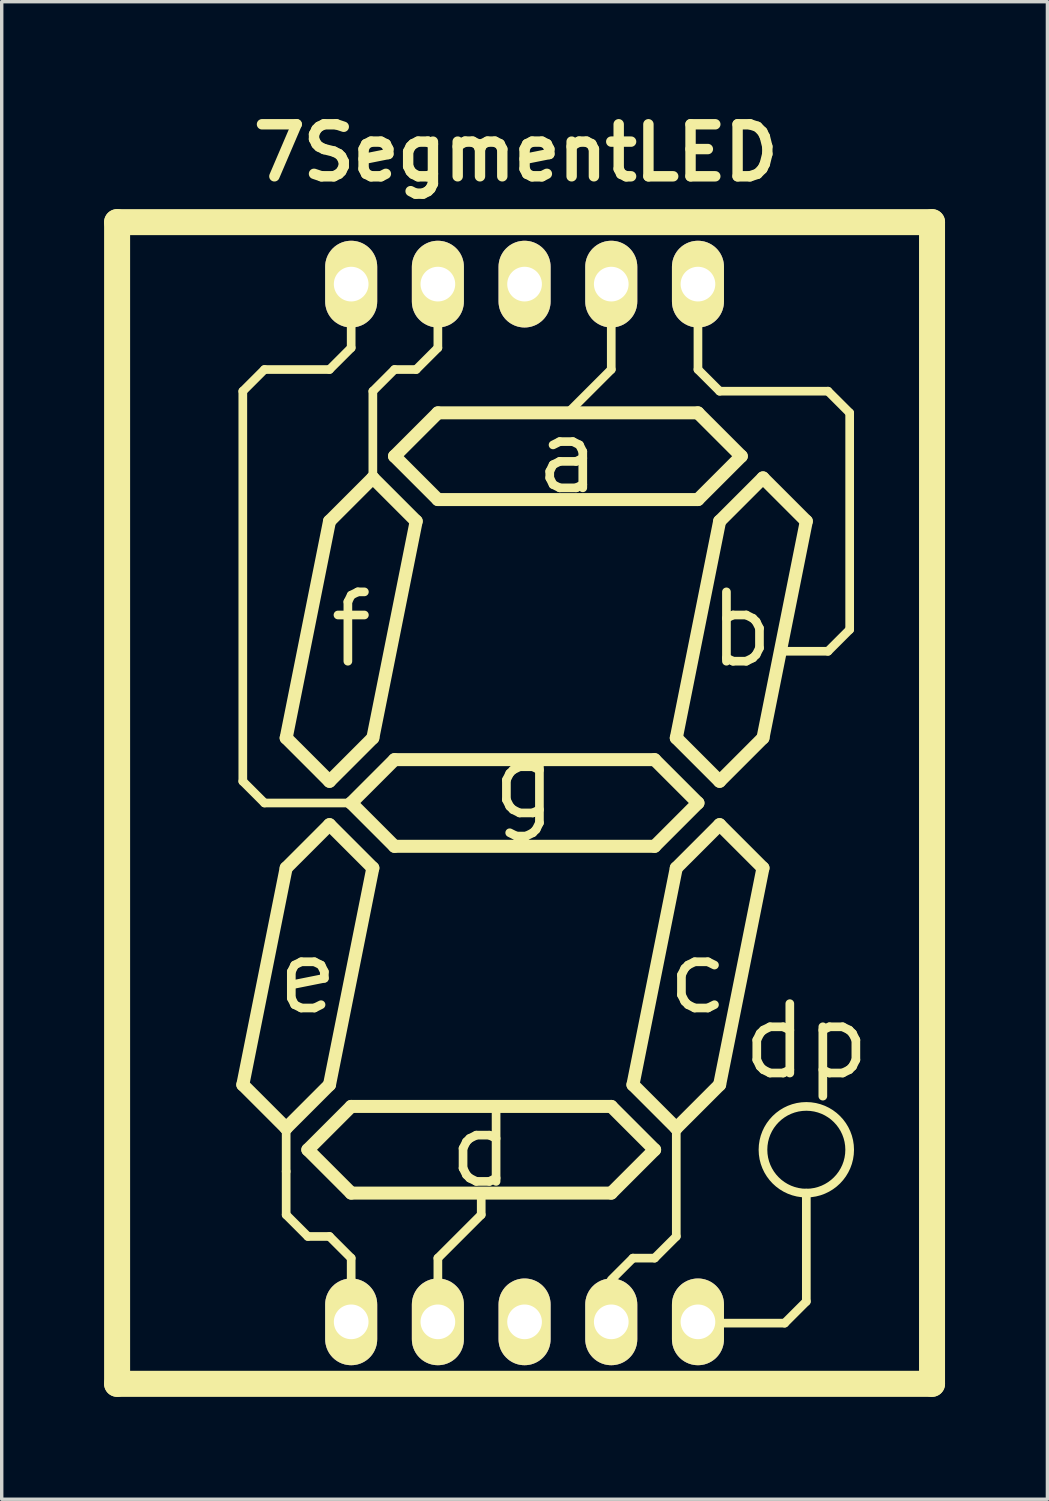
<source format=kicad_pcb>
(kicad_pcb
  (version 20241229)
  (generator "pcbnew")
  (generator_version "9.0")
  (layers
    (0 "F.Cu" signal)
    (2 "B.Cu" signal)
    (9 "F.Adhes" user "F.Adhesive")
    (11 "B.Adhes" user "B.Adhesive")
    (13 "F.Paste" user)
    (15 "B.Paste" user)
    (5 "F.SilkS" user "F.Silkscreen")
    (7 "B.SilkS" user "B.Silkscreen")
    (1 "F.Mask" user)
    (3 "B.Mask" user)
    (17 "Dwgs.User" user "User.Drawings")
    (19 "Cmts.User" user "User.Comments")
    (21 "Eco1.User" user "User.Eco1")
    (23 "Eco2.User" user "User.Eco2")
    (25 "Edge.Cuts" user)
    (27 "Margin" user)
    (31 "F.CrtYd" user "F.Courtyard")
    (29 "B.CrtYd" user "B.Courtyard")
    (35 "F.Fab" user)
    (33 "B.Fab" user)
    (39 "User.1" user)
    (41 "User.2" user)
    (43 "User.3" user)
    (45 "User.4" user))
  (footprint "7SegmentLED"
    (layer "F.Cu")
    (at 12.319 20.476)
    (property "Reference" "7SegmentLED" (at -0.254 -19.05 0) (layer "F.SilkS") (effects (font (size 1.524 1.524) (thickness 0.305))))
    (attr through_hole)
    (fp_line (start -11.938 -17.018) (end 11.938 -17.018) (stroke (width 0.762) (type solid)) (layer "F.SilkS"))
    (fp_line (start -11.938 17.018) (end -11.938 -17.018) (stroke (width 0.762) (type solid)) (layer "F.SilkS"))
    (fp_line (start -8.255 -12.065) (end -8.255 -0.635) (stroke (width 0.254) (type solid)) (layer "F.SilkS"))
    (fp_line (start -8.255 -0.635) (end -7.62 0) (stroke (width 0.254) (type solid)) (layer "F.SilkS"))
    (fp_line (start -8.255 8.255) (end -6.985 1.905) (stroke (width 0.381) (type solid)) (layer "F.SilkS"))
    (fp_line (start -7.62 -12.7) (end -8.255 -12.065) (stroke (width 0.254) (type solid)) (layer "F.SilkS"))
    (fp_line (start -7.62 0) (end -5.08 0) (stroke (width 0.254) (type solid)) (layer "F.SilkS"))
    (fp_line (start -6.985 -1.905) (end -5.715 -0.635) (stroke (width 0.381) (type solid)) (layer "F.SilkS"))
    (fp_line (start -6.985 1.905) (end -5.715 0.635) (stroke (width 0.381) (type solid)) (layer "F.SilkS"))
    (fp_line (start -6.985 9.525) (end -8.255 8.255) (stroke (width 0.381) (type solid)) (layer "F.SilkS"))
    (fp_line (start -6.985 9.525) (end -6.985 10.795) (stroke (width 0.254) (type solid)) (layer "F.SilkS"))
    (fp_line (start -6.985 10.795) (end -6.985 12.065) (stroke (width 0.254) (type solid)) (layer "F.SilkS"))
    (fp_line (start -6.985 12.065) (end -6.35 12.7) (stroke (width 0.254) (type solid)) (layer "F.SilkS"))
    (fp_line (start -6.35 10.16) (end -5.08 8.89) (stroke (width 0.381) (type solid)) (layer "F.SilkS"))
    (fp_line (start -6.35 12.7) (end -5.715 12.7) (stroke (width 0.254) (type solid)) (layer "F.SilkS"))
    (fp_line (start -5.715 -12.7) (end -7.62 -12.7) (stroke (width 0.254) (type solid)) (layer "F.SilkS"))
    (fp_line (start -5.715 -8.255) (end -6.985 -1.905) (stroke (width 0.381) (type solid)) (layer "F.SilkS"))
    (fp_line (start -5.715 -0.635) (end -4.445 -1.905) (stroke (width 0.381) (type solid)) (layer "F.SilkS"))
    (fp_line (start -5.715 0.635) (end -4.445 1.905) (stroke (width 0.381) (type solid)) (layer "F.SilkS"))
    (fp_line (start -5.715 8.255) (end -6.985 9.525) (stroke (width 0.381) (type solid)) (layer "F.SilkS"))
    (fp_line (start -5.715 12.7) (end -5.08 13.335) (stroke (width 0.254) (type solid)) (layer "F.SilkS"))
    (fp_line (start -5.08 -13.97) (end -5.08 -13.335) (stroke (width 0.254) (type solid)) (layer "F.SilkS"))
    (fp_line (start -5.08 -13.335) (end -5.715 -12.7) (stroke (width 0.254) (type solid)) (layer "F.SilkS"))
    (fp_line (start -5.08 0) (end -3.81 -1.27) (stroke (width 0.381) (type solid)) (layer "F.SilkS"))
    (fp_line (start -5.08 8.89) (end 2.54 8.89) (stroke (width 0.381) (type solid)) (layer "F.SilkS"))
    (fp_line (start -5.08 11.43) (end -6.35 10.16) (stroke (width 0.381) (type solid)) (layer "F.SilkS"))
    (fp_line (start -5.08 13.335) (end -5.08 13.97) (stroke (width 0.254) (type solid)) (layer "F.SilkS"))
    (fp_line (start -4.445 -12.065) (end -3.81 -12.7) (stroke (width 0.254) (type solid)) (layer "F.SilkS"))
    (fp_line (start -4.445 -9.525) (end -5.715 -8.255) (stroke (width 0.381) (type solid)) (layer "F.SilkS"))
    (fp_line (start -4.445 -9.525) (end -4.445 -12.065) (stroke (width 0.254) (type solid)) (layer "F.SilkS"))
    (fp_line (start -4.445 -1.905) (end -3.175 -8.255) (stroke (width 0.381) (type solid)) (layer "F.SilkS"))
    (fp_line (start -4.445 1.905) (end -5.715 8.255) (stroke (width 0.381) (type solid)) (layer "F.SilkS"))
    (fp_line (start -3.81 -12.7) (end -3.175 -12.7) (stroke (width 0.254) (type solid)) (layer "F.SilkS"))
    (fp_line (start -3.81 -10.16) (end -2.54 -11.43) (stroke (width 0.381) (type solid)) (layer "F.SilkS"))
    (fp_line (start -3.81 -1.27) (end 3.81 -1.27) (stroke (width 0.381) (type solid)) (layer "F.SilkS"))
    (fp_line (start -3.81 1.27) (end -5.08 0) (stroke (width 0.381) (type solid)) (layer "F.SilkS"))
    (fp_line (start -3.175 -12.7) (end -2.54 -13.335) (stroke (width 0.254) (type solid)) (layer "F.SilkS"))
    (fp_line (start -3.175 -8.255) (end -4.445 -9.525) (stroke (width 0.381) (type solid)) (layer "F.SilkS"))
    (fp_line (start -2.54 -13.335) (end -2.54 -13.97) (stroke (width 0.254) (type solid)) (layer "F.SilkS"))
    (fp_line (start -2.54 -11.43) (end 5.08 -11.43) (stroke (width 0.381) (type solid)) (layer "F.SilkS"))
    (fp_line (start -2.54 -8.89) (end -3.81 -10.16) (stroke (width 0.381) (type solid)) (layer "F.SilkS"))
    (fp_line (start -2.54 13.335) (end -2.54 13.97) (stroke (width 0.254) (type solid)) (layer "F.SilkS"))
    (fp_line (start -1.27 11.43) (end -1.27 12.065) (stroke (width 0.254) (type solid)) (layer "F.SilkS"))
    (fp_line (start -1.27 12.065) (end -2.54 13.335) (stroke (width 0.254) (type solid)) (layer "F.SilkS"))
    (fp_line (start 2.54 -15.24) (end 2.54 -12.7) (stroke (width 0.254) (type solid)) (layer "F.SilkS"))
    (fp_line (start 2.54 -12.7) (end 1.27 -11.43) (stroke (width 0.254) (type solid)) (layer "F.SilkS"))
    (fp_line (start 2.54 8.89) (end 3.81 10.16) (stroke (width 0.381) (type solid)) (layer "F.SilkS"))
    (fp_line (start 2.54 11.43) (end -5.08 11.43) (stroke (width 0.381) (type solid)) (layer "F.SilkS"))
    (fp_line (start 3.175 8.255) (end 4.445 9.525) (stroke (width 0.381) (type solid)) (layer "F.SilkS"))
    (fp_line (start 3.175 13.335) (end 2.54 13.97) (stroke (width 0.254) (type solid)) (layer "F.SilkS"))
    (fp_line (start 3.81 -1.27) (end 5.08 0) (stroke (width 0.381) (type solid)) (layer "F.SilkS"))
    (fp_line (start 3.81 1.27) (end -3.81 1.27) (stroke (width 0.381) (type solid)) (layer "F.SilkS"))
    (fp_line (start 3.81 10.16) (end 2.54 11.43) (stroke (width 0.381) (type solid)) (layer "F.SilkS"))
    (fp_line (start 3.81 13.335) (end 3.175 13.335) (stroke (width 0.254) (type solid)) (layer "F.SilkS"))
    (fp_line (start 4.445 -1.905) (end 5.715 -8.255) (stroke (width 0.381) (type solid)) (layer "F.SilkS"))
    (fp_line (start 4.445 1.905) (end 3.175 8.255) (stroke (width 0.381) (type solid)) (layer "F.SilkS"))
    (fp_line (start 4.445 9.525) (end 4.445 12.7) (stroke (width 0.254) (type solid)) (layer "F.SilkS"))
    (fp_line (start 4.445 9.525) (end 5.715 8.255) (stroke (width 0.381) (type solid)) (layer "F.SilkS"))
    (fp_line (start 4.445 12.7) (end 3.81 13.335) (stroke (width 0.254) (type solid)) (layer "F.SilkS"))
    (fp_line (start 5.08 -15.24) (end 5.08 -12.7) (stroke (width 0.254) (type solid)) (layer "F.SilkS"))
    (fp_line (start 5.08 -12.7) (end 5.715 -12.065) (stroke (width 0.254) (type solid)) (layer "F.SilkS"))
    (fp_line (start 5.08 -11.43) (end 6.35 -10.16) (stroke (width 0.381) (type solid)) (layer "F.SilkS"))
    (fp_line (start 5.08 -8.89) (end -2.54 -8.89) (stroke (width 0.381) (type solid)) (layer "F.SilkS"))
    (fp_line (start 5.08 0) (end 3.81 1.27) (stroke (width 0.381) (type solid)) (layer "F.SilkS"))
    (fp_line (start 5.715 -12.065) (end 8.89 -12.065) (stroke (width 0.254) (type solid)) (layer "F.SilkS"))
    (fp_line (start 5.715 -8.255) (end 6.985 -9.525) (stroke (width 0.381) (type solid)) (layer "F.SilkS"))
    (fp_line (start 5.715 -0.635) (end 4.445 -1.905) (stroke (width 0.381) (type solid)) (layer "F.SilkS"))
    (fp_line (start 5.715 0.635) (end 4.445 1.905) (stroke (width 0.381) (type solid)) (layer "F.SilkS"))
    (fp_line (start 5.715 8.255) (end 6.985 1.905) (stroke (width 0.381) (type solid)) (layer "F.SilkS"))
    (fp_line (start 6.35 -10.16) (end 5.08 -8.89) (stroke (width 0.381) (type solid)) (layer "F.SilkS"))
    (fp_line (start 6.985 -9.525) (end 8.255 -8.255) (stroke (width 0.381) (type solid)) (layer "F.SilkS"))
    (fp_line (start 6.985 -1.905) (end 5.715 -0.635) (stroke (width 0.381) (type solid)) (layer "F.SilkS"))
    (fp_line (start 6.985 1.905) (end 5.715 0.635) (stroke (width 0.381) (type solid)) (layer "F.SilkS"))
    (fp_line (start 7.62 15.24) (end 5.715 15.24) (stroke (width 0.254) (type solid)) (layer "F.SilkS"))
    (fp_line (start 8.255 -8.255) (end 6.985 -1.905) (stroke (width 0.381) (type solid)) (layer "F.SilkS"))
    (fp_line (start 8.255 11.43) (end 8.255 14.605) (stroke (width 0.254) (type solid)) (layer "F.SilkS"))
    (fp_line (start 8.255 14.605) (end 7.62 15.24) (stroke (width 0.254) (type solid)) (layer "F.SilkS"))
    (fp_line (start 8.89 -12.065) (end 9.525 -11.43) (stroke (width 0.254) (type solid)) (layer "F.SilkS"))
    (fp_line (start 8.89 -4.445) (end 7.62 -4.445) (stroke (width 0.254) (type solid)) (layer "F.SilkS"))
    (fp_line (start 9.525 -11.43) (end 9.525 -5.08) (stroke (width 0.254) (type solid)) (layer "F.SilkS"))
    (fp_line (start 9.525 -5.08) (end 8.89 -4.445) (stroke (width 0.254) (type solid)) (layer "F.SilkS"))
    (fp_line (start 11.938 -17.018) (end 11.938 17.018) (stroke (width 0.762) (type solid)) (layer "F.SilkS"))
    (fp_line (start 11.938 17.018) (end -11.938 17.018) (stroke (width 0.762) (type solid)) (layer "F.SilkS"))
    (fp_circle (center 8.255 10.16) (end 6.985 10.16) (stroke (width 0.254) (type solid)) (fill no) (layer "F.SilkS"))
    (fp_text user "c" (at 5.08 5.08 0) (layer "F.SilkS") (effects (font (size 2.032 2.032) (thickness 0.254))))
    (fp_text user "e" (at -6.35 5.08 0) (layer "F.SilkS") (effects (font (size 2.032 2.032) (thickness 0.254))))
    (fp_text user "g" (at 0 -0.635 0) (layer "F.SilkS") (effects (font (size 2.032 2.032) (thickness 0.254))))
    (fp_text user "b" (at 6.35 -5.08 0) (layer "F.SilkS") (effects (font (size 2.032 2.032) (thickness 0.254))))
    (fp_text user "d" (at -1.27 10.16 0) (layer "F.SilkS") (effects (font (size 2.032 2.032) (thickness 0.254))))
    (fp_text user "a" (at 1.27 -10.16 0) (layer "F.SilkS") (effects (font (size 2.032 2.032) (thickness 0.254))))
    (fp_text user "f" (at -5.08 -5.08 0) (layer "F.SilkS") (effects (font (size 2.032 2.032) (thickness 0.254))))
    (fp_text user "dp" (at 8.255 6.985 0) (layer "F.SilkS") (effects (font (size 2.032 2.032) (thickness 0.254))))
    (pad "1" thru_hole oval (at -5.08 15.202) (size 1.524 2.54) (drill 1.016) (layers "*.Cu" "*.Mask" "F.SilkS"))
    (pad "2" thru_hole oval (at -2.54 15.202) (size 1.524 2.54) (drill 1.016) (layers "*.Cu" "*.Mask" "F.SilkS"))
    (pad "3" thru_hole oval (at 0 15.202) (size 1.524 2.54) (drill 1.016) (layers "*.Cu" "*.Mask" "F.SilkS"))
    (pad "4" thru_hole oval (at 2.54 15.202) (size 1.524 2.54) (drill 1.016) (layers "*.Cu" "*.Mask" "F.SilkS"))
    (pad "5" thru_hole oval (at 5.08 15.202) (size 1.524 2.54) (drill 1.016) (layers "*.Cu" "*.Mask" "F.SilkS"))
    (pad "6" thru_hole oval (at 5.08 -15.202) (size 1.524 2.54) (drill 1.016) (layers "*.Cu" "*.Mask" "F.SilkS"))
    (pad "7" thru_hole oval (at 2.54 -15.202) (size 1.524 2.54) (drill 1.016) (layers "*.Cu" "*.Mask" "F.SilkS"))
    (pad "8" thru_hole oval (at 0 -15.202) (size 1.524 2.54) (drill 1.016) (layers "*.Cu" "*.Mask" "F.SilkS"))
    (pad "9" thru_hole oval (at -2.54 -15.202) (size 1.524 2.54) (drill 1.016) (layers "*.Cu" "*.Mask" "F.SilkS"))
    (pad "10" thru_hole oval (at -5.08 -15.202) (size 1.524 2.54) (drill 1.016) (layers "*.Cu" "*.Mask" "F.SilkS")))
  (gr_rect
    (start -3 -3)
    (end 27.638 40.875)
    (stroke (width 0.1) (type default))
    (fill no)
    (layer "Edge.Cuts")))
</source>
